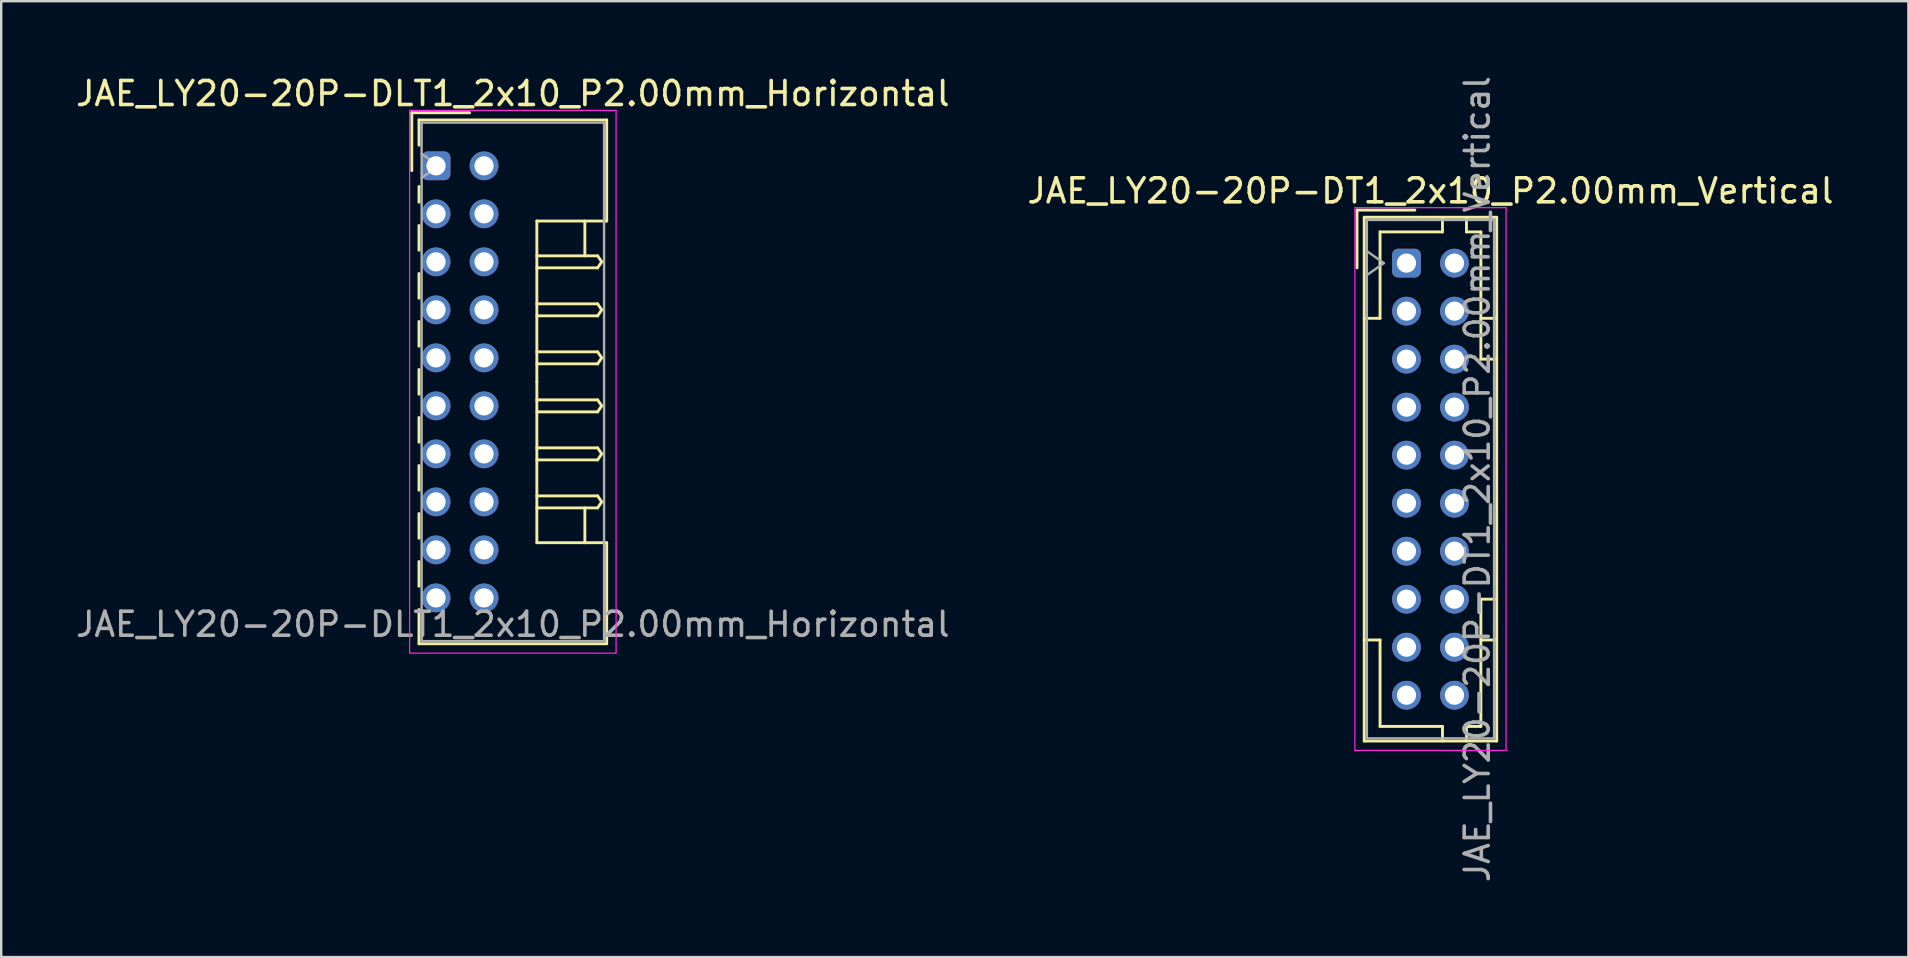
<source format=kicad_pcb>
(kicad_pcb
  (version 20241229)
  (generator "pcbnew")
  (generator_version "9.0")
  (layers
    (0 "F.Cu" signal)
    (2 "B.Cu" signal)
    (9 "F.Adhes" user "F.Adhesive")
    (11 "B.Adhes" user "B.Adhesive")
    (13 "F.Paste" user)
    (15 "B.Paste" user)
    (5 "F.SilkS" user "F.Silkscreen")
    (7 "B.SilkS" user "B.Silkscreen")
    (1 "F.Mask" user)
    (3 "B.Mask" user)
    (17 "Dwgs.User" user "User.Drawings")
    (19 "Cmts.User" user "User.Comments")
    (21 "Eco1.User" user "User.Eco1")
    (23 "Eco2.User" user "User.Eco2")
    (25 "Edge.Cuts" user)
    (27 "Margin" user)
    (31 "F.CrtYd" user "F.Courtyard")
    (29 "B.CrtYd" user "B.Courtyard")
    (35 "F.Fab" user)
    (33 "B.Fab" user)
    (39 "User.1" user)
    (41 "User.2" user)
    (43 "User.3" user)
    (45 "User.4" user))
  (footprint "JAE_LY20-20P-DT1_2x10_P2.00mm_Vertical"
    (layer "F.Cu")
    (at 55.542 7.911)
    (property "Reference" "JAE_LY20-20P-DT1_2x10_P2.00mm_Vertical" (at 1 -3.01 0) (layer "F.SilkS") (effects (font (size 1 1) (thickness 0.15))))
    (attr through_hole)
    (fp_line (start -2.06 -2.21) (end -2.06 0.2) (stroke (width 0.12) (type solid)) (layer "F.SilkS"))
    (fp_line (start -1.76 -1.91) (end -1.76 19.91) (stroke (width 0.12) (type solid)) (layer "F.SilkS"))
    (fp_line (start -1.76 19.91) (end 3.76 19.91) (stroke (width 0.12) (type solid)) (layer "F.SilkS"))
    (fp_line (start -1.1 -1.3) (end -1.1 2.3) (stroke (width 0.12) (type solid)) (layer "F.SilkS"))
    (fp_line (start -1.1 2.3) (end -1.76 2.3) (stroke (width 0.12) (type solid)) (layer "F.SilkS"))
    (fp_line (start -1.1 15.7) (end -1.76 15.7) (stroke (width 0.12) (type solid)) (layer "F.SilkS"))
    (fp_line (start -1.1 19.3) (end -1.1 15.7) (stroke (width 0.12) (type solid)) (layer "F.SilkS"))
    (fp_line (start 0.35 -2.21) (end -2.06 -2.21) (stroke (width 0.12) (type solid)) (layer "F.SilkS"))
    (fp_line (start 1.5 -1.91) (end 1.5 -1.3) (stroke (width 0.12) (type solid)) (layer "F.SilkS"))
    (fp_line (start 1.5 -1.3) (end -1.1 -1.3) (stroke (width 0.12) (type solid)) (layer "F.SilkS"))
    (fp_line (start 1.5 19.3) (end -1.1 19.3) (stroke (width 0.12) (type solid)) (layer "F.SilkS"))
    (fp_line (start 1.5 19.91) (end 1.5 19.3) (stroke (width 0.12) (type solid)) (layer "F.SilkS"))
    (fp_line (start 2.5 -1.91) (end 2.5 -1.3) (stroke (width 0.12) (type solid)) (layer "F.SilkS"))
    (fp_line (start 2.5 -1.3) (end 3.1 -1.3) (stroke (width 0.12) (type solid)) (layer "F.SilkS"))
    (fp_line (start 2.5 19.3) (end 3.1 19.3) (stroke (width 0.12) (type solid)) (layer "F.SilkS"))
    (fp_line (start 2.5 19.91) (end 2.5 19.3) (stroke (width 0.12) (type solid)) (layer "F.SilkS"))
    (fp_line (start 3.1 -1.3) (end 3.1 4) (stroke (width 0.12) (type solid)) (layer "F.SilkS"))
    (fp_line (start 3.1 4) (end 3.76 4) (stroke (width 0.12) (type solid)) (layer "F.SilkS"))
    (fp_line (start 3.1 14) (end 3.76 14) (stroke (width 0.12) (type solid)) (layer "F.SilkS"))
    (fp_line (start 3.1 19.3) (end 3.1 14) (stroke (width 0.12) (type solid)) (layer "F.SilkS"))
    (fp_line (start 3.76 -1.91) (end -1.76 -1.91) (stroke (width 0.12) (type solid)) (layer "F.SilkS"))
    (fp_line (start 3.76 2.3) (end 3.1 2.3) (stroke (width 0.12) (type solid)) (layer "F.SilkS"))
    (fp_line (start 3.76 15.7) (end 3.1 15.7) (stroke (width 0.12) (type solid)) (layer "F.SilkS"))
    (fp_line (start 3.76 19.91) (end 3.76 -1.91) (stroke (width 0.12) (type solid)) (layer "F.SilkS"))
    (fp_line (start -2.15 -2.31) (end -2.15 20.3) (stroke (width 0.05) (type solid)) (layer "F.CrtYd"))
    (fp_line (start -2.15 20.3) (end 4.15 20.3) (stroke (width 0.05) (type solid)) (layer "F.CrtYd"))
    (fp_line (start 4.15 -2.31) (end -2.15 -2.31) (stroke (width 0.05) (type solid)) (layer "F.CrtYd"))
    (fp_line (start 4.15 20.3) (end 4.15 -2.31) (stroke (width 0.05) (type solid)) (layer "F.CrtYd"))
    (fp_line (start -1.65 -1.8) (end -1.65 19.8) (stroke (width 0.1) (type solid)) (layer "F.Fab"))
    (fp_line (start -1.65 0.5) (end -0.943 0) (stroke (width 0.1) (type solid)) (layer "F.Fab"))
    (fp_line (start -1.65 19.8) (end 3.65 19.8) (stroke (width 0.1) (type solid)) (layer "F.Fab"))
    (fp_line (start -0.943 0) (end -1.65 -0.5) (stroke (width 0.1) (type solid)) (layer "F.Fab"))
    (fp_line (start 3.65 -1.8) (end -1.65 -1.8) (stroke (width 0.1) (type solid)) (layer "F.Fab"))
    (fp_line (start 3.65 19.8) (end 3.65 -1.8) (stroke (width 0.1) (type solid)) (layer "F.Fab"))
    (fp_text user "${REFERENCE}" (at 2.95 9 90) (layer "F.Fab") (effects (font (size 1 1) (thickness 0.15))))
    (pad "a1" thru_hole roundrect (at 0 0) (size 1.2 1.2) (drill 0.8) (layers "*.Cu" "*.Mask") (roundrect_rratio 0.208))
    (pad "a2" thru_hole circle (at 0 2) (size 1.2 1.2) (drill 0.8) (layers "*.Cu" "*.Mask"))
    (pad "a3" thru_hole circle (at 0 4) (size 1.2 1.2) (drill 0.8) (layers "*.Cu" "*.Mask"))
    (pad "a4" thru_hole circle (at 0 6) (size 1.2 1.2) (drill 0.8) (layers "*.Cu" "*.Mask"))
    (pad "a5" thru_hole circle (at 0 8) (size 1.2 1.2) (drill 0.8) (layers "*.Cu" "*.Mask"))
    (pad "a6" thru_hole circle (at 0 10) (size 1.2 1.2) (drill 0.8) (layers "*.Cu" "*.Mask"))
    (pad "a7" thru_hole circle (at 0 12) (size 1.2 1.2) (drill 0.8) (layers "*.Cu" "*.Mask"))
    (pad "a8" thru_hole circle (at 0 14) (size 1.2 1.2) (drill 0.8) (layers "*.Cu" "*.Mask"))
    (pad "a9" thru_hole circle (at 0 16) (size 1.2 1.2) (drill 0.8) (layers "*.Cu" "*.Mask"))
    (pad "a10" thru_hole circle (at 0 18) (size 1.2 1.2) (drill 0.8) (layers "*.Cu" "*.Mask"))
    (pad "b1" thru_hole circle (at 2 0) (size 1.2 1.2) (drill 0.8) (layers "*.Cu" "*.Mask"))
    (pad "b2" thru_hole circle (at 2 2) (size 1.2 1.2) (drill 0.8) (layers "*.Cu" "*.Mask"))
    (pad "b3" thru_hole circle (at 2 4) (size 1.2 1.2) (drill 0.8) (layers "*.Cu" "*.Mask"))
    (pad "b4" thru_hole circle (at 2 6) (size 1.2 1.2) (drill 0.8) (layers "*.Cu" "*.Mask"))
    (pad "b5" thru_hole circle (at 2 8) (size 1.2 1.2) (drill 0.8) (layers "*.Cu" "*.Mask"))
    (pad "b6" thru_hole circle (at 2 10) (size 1.2 1.2) (drill 0.8) (layers "*.Cu" "*.Mask"))
    (pad "b7" thru_hole circle (at 2 12) (size 1.2 1.2) (drill 0.8) (layers "*.Cu" "*.Mask"))
    (pad "b8" thru_hole circle (at 2 14) (size 1.2 1.2) (drill 0.8) (layers "*.Cu" "*.Mask"))
    (pad "b9" thru_hole circle (at 2 16) (size 1.2 1.2) (drill 0.8) (layers "*.Cu" "*.Mask"))
    (pad "b10" thru_hole circle (at 2 18) (size 1.2 1.2) (drill 0.8) (layers "*.Cu" "*.Mask")))
  (footprint "JAE_LY20-20P-DLT1_2x10_P2.00mm_Horizontal"
    (layer "F.Cu")
    (at 15.115 3.858)
    (property "Reference" "JAE_LY20-20P-DLT1_2x10_P2.00mm_Horizontal" (at 3.2 -3.01 0) (layer "F.SilkS") (effects (font (size 1 1) (thickness 0.15))))
    (attr through_hole)
    (fp_line (start -1.01 -2.21) (end -1.01 0.2) (stroke (width 0.12) (type solid)) (layer "F.SilkS"))
    (fp_line (start -0.71 -1.91) (end -0.71 -0.86) (stroke (width 0.12) (type solid)) (layer "F.SilkS"))
    (fp_line (start -0.71 -1.91) (end 7.11 -1.91) (stroke (width 0.12) (type solid)) (layer "F.SilkS"))
    (fp_line (start -0.71 0.86) (end -0.71 1.515) (stroke (width 0.12) (type solid)) (layer "F.SilkS"))
    (fp_line (start -0.71 2.485) (end -0.71 3.515) (stroke (width 0.12) (type solid)) (layer "F.SilkS"))
    (fp_line (start -0.71 4.485) (end -0.71 5.515) (stroke (width 0.12) (type solid)) (layer "F.SilkS"))
    (fp_line (start -0.71 6.485) (end -0.71 7.515) (stroke (width 0.12) (type solid)) (layer "F.SilkS"))
    (fp_line (start -0.71 8.485) (end -0.71 9.515) (stroke (width 0.12) (type solid)) (layer "F.SilkS"))
    (fp_line (start -0.71 10.485) (end -0.71 11.515) (stroke (width 0.12) (type solid)) (layer "F.SilkS"))
    (fp_line (start -0.71 12.485) (end -0.71 13.515) (stroke (width 0.12) (type solid)) (layer "F.SilkS"))
    (fp_line (start -0.71 14.485) (end -0.71 15.515) (stroke (width 0.12) (type solid)) (layer "F.SilkS"))
    (fp_line (start -0.71 16.485) (end -0.71 17.515) (stroke (width 0.12) (type solid)) (layer "F.SilkS"))
    (fp_line (start -0.71 18.485) (end -0.71 19.91) (stroke (width 0.12) (type solid)) (layer "F.SilkS"))
    (fp_line (start -0.71 19.91) (end 7.11 19.91) (stroke (width 0.12) (type solid)) (layer "F.SilkS"))
    (fp_line (start 1.4 -2.21) (end -1.01 -2.21) (stroke (width 0.12) (type solid)) (layer "F.SilkS"))
    (fp_line (start 4.2 2.3) (end 4.2 9) (stroke (width 0.12) (type solid)) (layer "F.SilkS"))
    (fp_line (start 4.2 3.75) (end 6.733 3.75) (stroke (width 0.12) (type solid)) (layer "F.SilkS"))
    (fp_line (start 4.2 5.75) (end 6.733 5.75) (stroke (width 0.12) (type solid)) (layer "F.SilkS"))
    (fp_line (start 4.2 7.75) (end 6.733 7.75) (stroke (width 0.12) (type solid)) (layer "F.SilkS"))
    (fp_line (start 4.2 9.75) (end 6.733 9.75) (stroke (width 0.12) (type solid)) (layer "F.SilkS"))
    (fp_line (start 4.2 11.75) (end 6.733 11.75) (stroke (width 0.12) (type solid)) (layer "F.SilkS"))
    (fp_line (start 4.2 13.75) (end 6.733 13.75) (stroke (width 0.12) (type solid)) (layer "F.SilkS"))
    (fp_line (start 4.2 15.7) (end 4.2 9) (stroke (width 0.12) (type solid)) (layer "F.SilkS"))
    (fp_line (start 6.2 2.3) (end 6.2 3.75) (stroke (width 0.12) (type solid)) (layer "F.SilkS"))
    (fp_line (start 6.2 15.7) (end 6.2 14.25) (stroke (width 0.12) (type solid)) (layer "F.SilkS"))
    (fp_line (start 6.733 3.75) (end 6.9 4) (stroke (width 0.12) (type solid)) (layer "F.SilkS"))
    (fp_line (start 6.733 4.25) (end 4.2 4.25) (stroke (width 0.12) (type solid)) (layer "F.SilkS"))
    (fp_line (start 6.733 5.75) (end 6.9 6) (stroke (width 0.12) (type solid)) (layer "F.SilkS"))
    (fp_line (start 6.733 6.25) (end 4.2 6.25) (stroke (width 0.12) (type solid)) (layer "F.SilkS"))
    (fp_line (start 6.733 7.75) (end 6.9 8) (stroke (width 0.12) (type solid)) (layer "F.SilkS"))
    (fp_line (start 6.733 8.25) (end 4.2 8.25) (stroke (width 0.12) (type solid)) (layer "F.SilkS"))
    (fp_line (start 6.733 9.75) (end 6.9 10) (stroke (width 0.12) (type solid)) (layer "F.SilkS"))
    (fp_line (start 6.733 10.25) (end 4.2 10.25) (stroke (width 0.12) (type solid)) (layer "F.SilkS"))
    (fp_line (start 6.733 11.75) (end 6.9 12) (stroke (width 0.12) (type solid)) (layer "F.SilkS"))
    (fp_line (start 6.733 12.25) (end 4.2 12.25) (stroke (width 0.12) (type solid)) (layer "F.SilkS"))
    (fp_line (start 6.733 13.75) (end 6.9 14) (stroke (width 0.12) (type solid)) (layer "F.SilkS"))
    (fp_line (start 6.733 14.25) (end 4.2 14.25) (stroke (width 0.12) (type solid)) (layer "F.SilkS"))
    (fp_line (start 6.9 4) (end 6.733 4.25) (stroke (width 0.12) (type solid)) (layer "F.SilkS"))
    (fp_line (start 6.9 6) (end 6.733 6.25) (stroke (width 0.12) (type solid)) (layer "F.SilkS"))
    (fp_line (start 6.9 8) (end 6.733 8.25) (stroke (width 0.12) (type solid)) (layer "F.SilkS"))
    (fp_line (start 6.9 10) (end 6.733 10.25) (stroke (width 0.12) (type solid)) (layer "F.SilkS"))
    (fp_line (start 6.9 12) (end 6.733 12.25) (stroke (width 0.12) (type solid)) (layer "F.SilkS"))
    (fp_line (start 6.9 14) (end 6.733 14.25) (stroke (width 0.12) (type solid)) (layer "F.SilkS"))
    (fp_line (start 7.11 -1.91) (end 7.11 2.3) (stroke (width 0.12) (type solid)) (layer "F.SilkS"))
    (fp_line (start 7.11 2.3) (end 4.2 2.3) (stroke (width 0.12) (type solid)) (layer "F.SilkS"))
    (fp_line (start 7.11 15.7) (end 4.2 15.7) (stroke (width 0.12) (type solid)) (layer "F.SilkS"))
    (fp_line (start 7.11 19.91) (end 7.11 15.7) (stroke (width 0.12) (type solid)) (layer "F.SilkS"))
    (fp_line (start -1.1 -2.31) (end -1.1 20.3) (stroke (width 0.05) (type solid)) (layer "F.CrtYd"))
    (fp_line (start -1.1 20.3) (end 7.5 20.3) (stroke (width 0.05) (type solid)) (layer "F.CrtYd"))
    (fp_line (start 7.5 -2.31) (end -1.1 -2.31) (stroke (width 0.05) (type solid)) (layer "F.CrtYd"))
    (fp_line (start 7.5 20.3) (end 7.5 -2.31) (stroke (width 0.05) (type solid)) (layer "F.CrtYd"))
    (fp_line (start -0.6 -1.8) (end -0.6 19.8) (stroke (width 0.1) (type solid)) (layer "F.Fab"))
    (fp_line (start -0.6 0.5) (end 0.107 0) (stroke (width 0.1) (type solid)) (layer "F.Fab"))
    (fp_line (start -0.6 19.8) (end 7 19.8) (stroke (width 0.1) (type solid)) (layer "F.Fab"))
    (fp_line (start 0.107 0) (end -0.6 -0.5) (stroke (width 0.1) (type solid)) (layer "F.Fab"))
    (fp_line (start 7 -1.8) (end -0.6 -1.8) (stroke (width 0.1) (type solid)) (layer "F.Fab"))
    (fp_line (start 7 19.8) (end 7 -1.8) (stroke (width 0.1) (type solid)) (layer "F.Fab"))
    (fp_text user "${REFERENCE}" (at 3.2 19.1 0) (layer "F.Fab") (effects (font (size 1 1) (thickness 0.15))))
    (pad "a1" thru_hole roundrect (at 0 0) (size 1.2 1.2) (drill 0.8) (layers "*.Cu" "*.Mask") (roundrect_rratio 0.208))
    (pad "a2" thru_hole circle (at 0 2) (size 1.2 1.2) (drill 0.8) (layers "*.Cu" "*.Mask"))
    (pad "a3" thru_hole circle (at 0 4) (size 1.2 1.2) (drill 0.8) (layers "*.Cu" "*.Mask"))
    (pad "a4" thru_hole circle (at 0 6) (size 1.2 1.2) (drill 0.8) (layers "*.Cu" "*.Mask"))
    (pad "a5" thru_hole circle (at 0 8) (size 1.2 1.2) (drill 0.8) (layers "*.Cu" "*.Mask"))
    (pad "a6" thru_hole circle (at 0 10) (size 1.2 1.2) (drill 0.8) (layers "*.Cu" "*.Mask"))
    (pad "a7" thru_hole circle (at 0 12) (size 1.2 1.2) (drill 0.8) (layers "*.Cu" "*.Mask"))
    (pad "a8" thru_hole circle (at 0 14) (size 1.2 1.2) (drill 0.8) (layers "*.Cu" "*.Mask"))
    (pad "a9" thru_hole circle (at 0 16) (size 1.2 1.2) (drill 0.8) (layers "*.Cu" "*.Mask"))
    (pad "a10" thru_hole circle (at 0 18) (size 1.2 1.2) (drill 0.8) (layers "*.Cu" "*.Mask"))
    (pad "b1" thru_hole circle (at 2 0) (size 1.2 1.2) (drill 0.8) (layers "*.Cu" "*.Mask"))
    (pad "b2" thru_hole circle (at 2 2) (size 1.2 1.2) (drill 0.8) (layers "*.Cu" "*.Mask"))
    (pad "b3" thru_hole circle (at 2 4) (size 1.2 1.2) (drill 0.8) (layers "*.Cu" "*.Mask"))
    (pad "b4" thru_hole circle (at 2 6) (size 1.2 1.2) (drill 0.8) (layers "*.Cu" "*.Mask"))
    (pad "b5" thru_hole circle (at 2 8) (size 1.2 1.2) (drill 0.8) (layers "*.Cu" "*.Mask"))
    (pad "b6" thru_hole circle (at 2 10) (size 1.2 1.2) (drill 0.8) (layers "*.Cu" "*.Mask"))
    (pad "b7" thru_hole circle (at 2 12) (size 1.2 1.2) (drill 0.8) (layers "*.Cu" "*.Mask"))
    (pad "b8" thru_hole circle (at 2 14) (size 1.2 1.2) (drill 0.8) (layers "*.Cu" "*.Mask"))
    (pad "b9" thru_hole circle (at 2 16) (size 1.2 1.2) (drill 0.8) (layers "*.Cu" "*.Mask"))
    (pad "b10" thru_hole circle (at 2 18) (size 1.2 1.2) (drill 0.8) (layers "*.Cu" "*.Mask")))
  (gr_rect
    (start -3 -3)
    (end 76.452 36.821)
    (stroke (width 0.1) (type default))
    (fill no)
    (layer "Edge.Cuts")))
</source>
